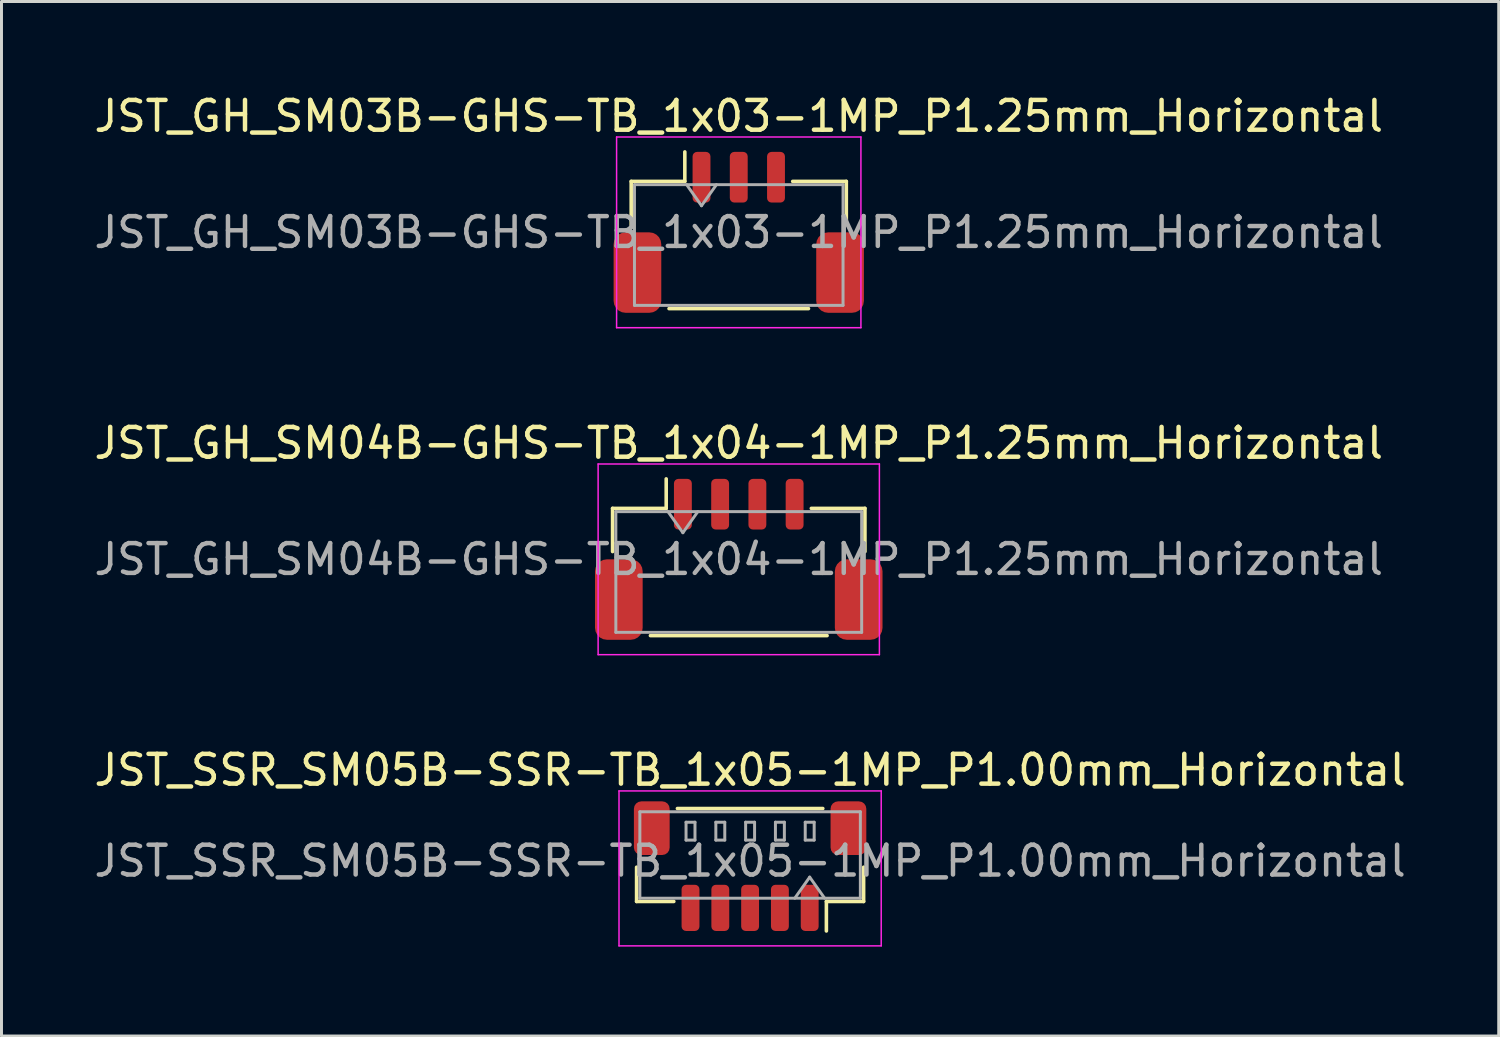
<source format=kicad_pcb>
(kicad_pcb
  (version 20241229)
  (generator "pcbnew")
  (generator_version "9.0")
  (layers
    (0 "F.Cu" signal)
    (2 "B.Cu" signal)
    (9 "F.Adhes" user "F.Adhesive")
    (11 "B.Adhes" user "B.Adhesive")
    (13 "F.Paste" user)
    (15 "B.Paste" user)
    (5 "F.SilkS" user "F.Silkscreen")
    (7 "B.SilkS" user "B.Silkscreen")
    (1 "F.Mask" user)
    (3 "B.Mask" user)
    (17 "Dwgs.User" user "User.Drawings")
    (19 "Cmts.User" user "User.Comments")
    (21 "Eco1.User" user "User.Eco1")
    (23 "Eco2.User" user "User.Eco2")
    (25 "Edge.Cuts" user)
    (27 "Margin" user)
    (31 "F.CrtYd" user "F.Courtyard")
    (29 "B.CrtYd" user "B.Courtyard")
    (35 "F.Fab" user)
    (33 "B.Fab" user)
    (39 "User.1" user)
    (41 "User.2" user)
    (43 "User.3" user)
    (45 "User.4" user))
  (footprint "JST_GH_SM03B-GHS-TB_1x03-1MP_P1.25mm_Horizontal"
    (layer "F.Cu")
    (at 21.744 4.748)
    (property "Reference" "JST_GH_SM03B-GHS-TB_1x03-1MP_P1.25mm_Horizontal" (at 0 -3.9 0) (layer "F.SilkS") (effects (font (size 1 1) (thickness 0.15))))
    (attr smd)
    (fp_line (start -3.61 -1.71) (end -1.81 -1.71) (stroke (width 0.12) (type solid)) (layer "F.SilkS"))
    (fp_line (start -3.61 -0.26) (end -3.61 -1.71) (stroke (width 0.12) (type solid)) (layer "F.SilkS"))
    (fp_line (start -2.34 2.56) (end 2.34 2.56) (stroke (width 0.12) (type solid)) (layer "F.SilkS"))
    (fp_line (start -1.81 -1.71) (end -1.81 -2.7) (stroke (width 0.12) (type solid)) (layer "F.SilkS"))
    (fp_line (start 3.61 -1.71) (end 1.81 -1.71) (stroke (width 0.12) (type solid)) (layer "F.SilkS"))
    (fp_line (start 3.61 -0.26) (end 3.61 -1.71) (stroke (width 0.12) (type solid)) (layer "F.SilkS"))
    (fp_line (start -4.1 -3.2) (end -4.1 3.2) (stroke (width 0.05) (type solid)) (layer "F.CrtYd"))
    (fp_line (start -4.1 3.2) (end 4.1 3.2) (stroke (width 0.05) (type solid)) (layer "F.CrtYd"))
    (fp_line (start 4.1 -3.2) (end -4.1 -3.2) (stroke (width 0.05) (type solid)) (layer "F.CrtYd"))
    (fp_line (start 4.1 3.2) (end 4.1 -3.2) (stroke (width 0.05) (type solid)) (layer "F.CrtYd"))
    (fp_line (start -3.5 -1.6) (end -3.5 2.45) (stroke (width 0.1) (type solid)) (layer "F.Fab"))
    (fp_line (start -3.5 -1.6) (end 3.5 -1.6) (stroke (width 0.1) (type solid)) (layer "F.Fab"))
    (fp_line (start -3.5 2.45) (end 3.5 2.45) (stroke (width 0.1) (type solid)) (layer "F.Fab"))
    (fp_line (start -1.75 -1.6) (end -1.25 -0.893) (stroke (width 0.1) (type solid)) (layer "F.Fab"))
    (fp_line (start -1.25 -0.893) (end -0.75 -1.6) (stroke (width 0.1) (type solid)) (layer "F.Fab"))
    (fp_line (start 3.5 -1.6) (end 3.5 2.45) (stroke (width 0.1) (type solid)) (layer "F.Fab"))
    (fp_text user "${REFERENCE}" (at 0 0 0) (layer "F.Fab") (effects (font (size 1 1) (thickness 0.15))))
    (pad "1" smd roundrect (at -1.25 -1.85) (size 0.6 1.7) (layers "F.Cu" "F.Mask" "F.Paste") (roundrect_rratio 0.25))
    (pad "2" smd roundrect (at 0 -1.85) (size 0.6 1.7) (layers "F.Cu" "F.Mask" "F.Paste") (roundrect_rratio 0.25))
    (pad "3" smd roundrect (at 1.25 -1.85) (size 0.6 1.7) (layers "F.Cu" "F.Mask" "F.Paste") (roundrect_rratio 0.25))
    (pad "MP" smd roundrect (at -3.4 1.35) (size 1.6 2.7) (layers "F.Cu" "F.Mask" "F.Paste") (roundrect_rratio 0.25))
    (pad "MP" smd roundrect (at 3.4 1.35) (size 1.6 2.7) (layers "F.Cu" "F.Mask" "F.Paste") (roundrect_rratio 0.25)))
  (footprint "JST_SSR_SM05B-SSR-TB_1x05-1MP_P1.00mm_Horizontal"
    (layer "F.Cu")
    (at 22.125 26.095)
    (property "Reference" "JST_SSR_SM05B-SSR-TB_1x05-1MP_P1.00mm_Horizontal" (at 0 -3.3 0) (layer "F.SilkS") (effects (font (size 1 1) (thickness 0.15))))
    (attr smd)
    (fp_line (start -3.81 -0.04) (end -3.81 1.11) (stroke (width 0.12) (type solid)) (layer "F.SilkS"))
    (fp_line (start -3.81 1.11) (end -2.56 1.11) (stroke (width 0.12) (type solid)) (layer "F.SilkS"))
    (fp_line (start -2.44 -2.01) (end 2.44 -2.01) (stroke (width 0.12) (type solid)) (layer "F.SilkS"))
    (fp_line (start 2.56 1.11) (end 2.56 2.1) (stroke (width 0.12) (type solid)) (layer "F.SilkS"))
    (fp_line (start 3.81 -0.04) (end 3.81 1.11) (stroke (width 0.12) (type solid)) (layer "F.SilkS"))
    (fp_line (start 3.81 1.11) (end 2.56 1.11) (stroke (width 0.12) (type solid)) (layer "F.SilkS"))
    (fp_line (start -4.4 -2.6) (end -4.4 2.6) (stroke (width 0.05) (type solid)) (layer "F.CrtYd"))
    (fp_line (start -4.4 2.6) (end 4.4 2.6) (stroke (width 0.05) (type solid)) (layer "F.CrtYd"))
    (fp_line (start 4.4 -2.6) (end -4.4 -2.6) (stroke (width 0.05) (type solid)) (layer "F.CrtYd"))
    (fp_line (start 4.4 2.6) (end 4.4 -2.6) (stroke (width 0.05) (type solid)) (layer "F.CrtYd"))
    (fp_line (start -3.7 -1.9) (end 3.7 -1.9) (stroke (width 0.1) (type solid)) (layer "F.Fab"))
    (fp_line (start -3.7 1) (end -3.7 -1.9) (stroke (width 0.1) (type solid)) (layer "F.Fab"))
    (fp_line (start -3.7 1) (end 3.7 1) (stroke (width 0.1) (type solid)) (layer "F.Fab"))
    (fp_line (start -2.15 -1.55) (end -2.15 -0.95) (stroke (width 0.1) (type solid)) (layer "F.Fab"))
    (fp_line (start -2.15 -0.95) (end -1.85 -0.95) (stroke (width 0.1) (type solid)) (layer "F.Fab"))
    (fp_line (start -1.85 -1.55) (end -2.15 -1.55) (stroke (width 0.1) (type solid)) (layer "F.Fab"))
    (fp_line (start -1.85 -0.95) (end -1.85 -1.55) (stroke (width 0.1) (type solid)) (layer "F.Fab"))
    (fp_line (start -1.15 -1.55) (end -1.15 -0.95) (stroke (width 0.1) (type solid)) (layer "F.Fab"))
    (fp_line (start -1.15 -0.95) (end -0.85 -0.95) (stroke (width 0.1) (type solid)) (layer "F.Fab"))
    (fp_line (start -0.85 -1.55) (end -1.15 -1.55) (stroke (width 0.1) (type solid)) (layer "F.Fab"))
    (fp_line (start -0.85 -0.95) (end -0.85 -1.55) (stroke (width 0.1) (type solid)) (layer "F.Fab"))
    (fp_line (start -0.15 -1.55) (end -0.15 -0.95) (stroke (width 0.1) (type solid)) (layer "F.Fab"))
    (fp_line (start -0.15 -0.95) (end 0.15 -0.95) (stroke (width 0.1) (type solid)) (layer "F.Fab"))
    (fp_line (start 0.15 -1.55) (end -0.15 -1.55) (stroke (width 0.1) (type solid)) (layer "F.Fab"))
    (fp_line (start 0.15 -0.95) (end 0.15 -1.55) (stroke (width 0.1) (type solid)) (layer "F.Fab"))
    (fp_line (start 0.85 -1.55) (end 0.85 -0.95) (stroke (width 0.1) (type solid)) (layer "F.Fab"))
    (fp_line (start 0.85 -0.95) (end 1.15 -0.95) (stroke (width 0.1) (type solid)) (layer "F.Fab"))
    (fp_line (start 1.15 -1.55) (end 0.85 -1.55) (stroke (width 0.1) (type solid)) (layer "F.Fab"))
    (fp_line (start 1.15 -0.95) (end 1.15 -1.55) (stroke (width 0.1) (type solid)) (layer "F.Fab"))
    (fp_line (start 1.5 1) (end 2 0.293) (stroke (width 0.1) (type solid)) (layer "F.Fab"))
    (fp_line (start 1.85 -1.55) (end 1.85 -0.95) (stroke (width 0.1) (type solid)) (layer "F.Fab"))
    (fp_line (start 1.85 -0.95) (end 2.15 -0.95) (stroke (width 0.1) (type solid)) (layer "F.Fab"))
    (fp_line (start 2 0.293) (end 2.5 1) (stroke (width 0.1) (type solid)) (layer "F.Fab"))
    (fp_line (start 2.15 -1.55) (end 1.85 -1.55) (stroke (width 0.1) (type solid)) (layer "F.Fab"))
    (fp_line (start 2.15 -0.95) (end 2.15 -1.55) (stroke (width 0.1) (type solid)) (layer "F.Fab"))
    (fp_line (start 3.7 1) (end 3.7 -1.9) (stroke (width 0.1) (type solid)) (layer "F.Fab"))
    (fp_text user "${REFERENCE}" (at 0 -0.25 0) (layer "F.Fab") (effects (font (size 1 1) (thickness 0.15))))
    (pad "1" smd roundrect (at 2 1.325) (size 0.6 1.55) (layers "F.Cu" "F.Mask" "F.Paste") (roundrect_rratio 0.25))
    (pad "2" smd roundrect (at 1 1.325) (size 0.6 1.55) (layers "F.Cu" "F.Mask" "F.Paste") (roundrect_rratio 0.25))
    (pad "3" smd roundrect (at 0 1.325) (size 0.6 1.55) (layers "F.Cu" "F.Mask" "F.Paste") (roundrect_rratio 0.25))
    (pad "4" smd roundrect (at -1 1.325) (size 0.6 1.55) (layers "F.Cu" "F.Mask" "F.Paste") (roundrect_rratio 0.25))
    (pad "5" smd roundrect (at -2 1.325) (size 0.6 1.55) (layers "F.Cu" "F.Mask" "F.Paste") (roundrect_rratio 0.25))
    (pad "MP" smd roundrect (at -3.3 -1.35) (size 1.2 1.8) (layers "F.Cu" "F.Mask" "F.Paste") (roundrect_rratio 0.208))
    (pad "MP" smd roundrect (at 3.3 -1.35) (size 1.2 1.8) (layers "F.Cu" "F.Mask" "F.Paste") (roundrect_rratio 0.208)))
  (footprint "JST_GH_SM04B-GHS-TB_1x04-1MP_P1.25mm_Horizontal"
    (layer "F.Cu")
    (at 21.744 15.722)
    (property "Reference" "JST_GH_SM04B-GHS-TB_1x04-1MP_P1.25mm_Horizontal" (at 0 -3.9 0) (layer "F.SilkS") (effects (font (size 1 1) (thickness 0.15))))
    (attr smd)
    (fp_line (start -4.235 -1.71) (end -2.435 -1.71) (stroke (width 0.12) (type solid)) (layer "F.SilkS"))
    (fp_line (start -4.235 -0.26) (end -4.235 -1.71) (stroke (width 0.12) (type solid)) (layer "F.SilkS"))
    (fp_line (start -2.965 2.56) (end 2.965 2.56) (stroke (width 0.12) (type solid)) (layer "F.SilkS"))
    (fp_line (start -2.435 -1.71) (end -2.435 -2.7) (stroke (width 0.12) (type solid)) (layer "F.SilkS"))
    (fp_line (start 4.235 -1.71) (end 2.435 -1.71) (stroke (width 0.12) (type solid)) (layer "F.SilkS"))
    (fp_line (start 4.235 -0.26) (end 4.235 -1.71) (stroke (width 0.12) (type solid)) (layer "F.SilkS"))
    (fp_line (start -4.72 -3.2) (end -4.72 3.2) (stroke (width 0.05) (type solid)) (layer "F.CrtYd"))
    (fp_line (start -4.72 3.2) (end 4.72 3.2) (stroke (width 0.05) (type solid)) (layer "F.CrtYd"))
    (fp_line (start 4.72 -3.2) (end -4.72 -3.2) (stroke (width 0.05) (type solid)) (layer "F.CrtYd"))
    (fp_line (start 4.72 3.2) (end 4.72 -3.2) (stroke (width 0.05) (type solid)) (layer "F.CrtYd"))
    (fp_line (start -4.125 -1.6) (end -4.125 2.45) (stroke (width 0.1) (type solid)) (layer "F.Fab"))
    (fp_line (start -4.125 -1.6) (end 4.125 -1.6) (stroke (width 0.1) (type solid)) (layer "F.Fab"))
    (fp_line (start -4.125 2.45) (end 4.125 2.45) (stroke (width 0.1) (type solid)) (layer "F.Fab"))
    (fp_line (start -2.375 -1.6) (end -1.875 -0.893) (stroke (width 0.1) (type solid)) (layer "F.Fab"))
    (fp_line (start -1.875 -0.893) (end -1.375 -1.6) (stroke (width 0.1) (type solid)) (layer "F.Fab"))
    (fp_line (start 4.125 -1.6) (end 4.125 2.45) (stroke (width 0.1) (type solid)) (layer "F.Fab"))
    (fp_text user "${REFERENCE}" (at 0 0 0) (layer "F.Fab") (effects (font (size 1 1) (thickness 0.15))))
    (pad "1" smd roundrect (at -1.875 -1.85) (size 0.6 1.7) (layers "F.Cu" "F.Mask" "F.Paste") (roundrect_rratio 0.25))
    (pad "2" smd roundrect (at -0.625 -1.85) (size 0.6 1.7) (layers "F.Cu" "F.Mask" "F.Paste") (roundrect_rratio 0.25))
    (pad "3" smd roundrect (at 0.625 -1.85) (size 0.6 1.7) (layers "F.Cu" "F.Mask" "F.Paste") (roundrect_rratio 0.25))
    (pad "4" smd roundrect (at 1.875 -1.85) (size 0.6 1.7) (layers "F.Cu" "F.Mask" "F.Paste") (roundrect_rratio 0.25))
    (pad "MP" smd roundrect (at -4.025 1.35) (size 1.6 2.7) (layers "F.Cu" "F.Mask" "F.Paste") (roundrect_rratio 0.25))
    (pad "MP" smd roundrect (at 4.025 1.35) (size 1.6 2.7) (layers "F.Cu" "F.Mask" "F.Paste") (roundrect_rratio 0.25)))
  (gr_rect
    (start -3 -3)
    (end 47.25 31.72)
    (stroke (width 0.1) (type default))
    (fill no)
    (layer "Edge.Cuts")))
</source>
